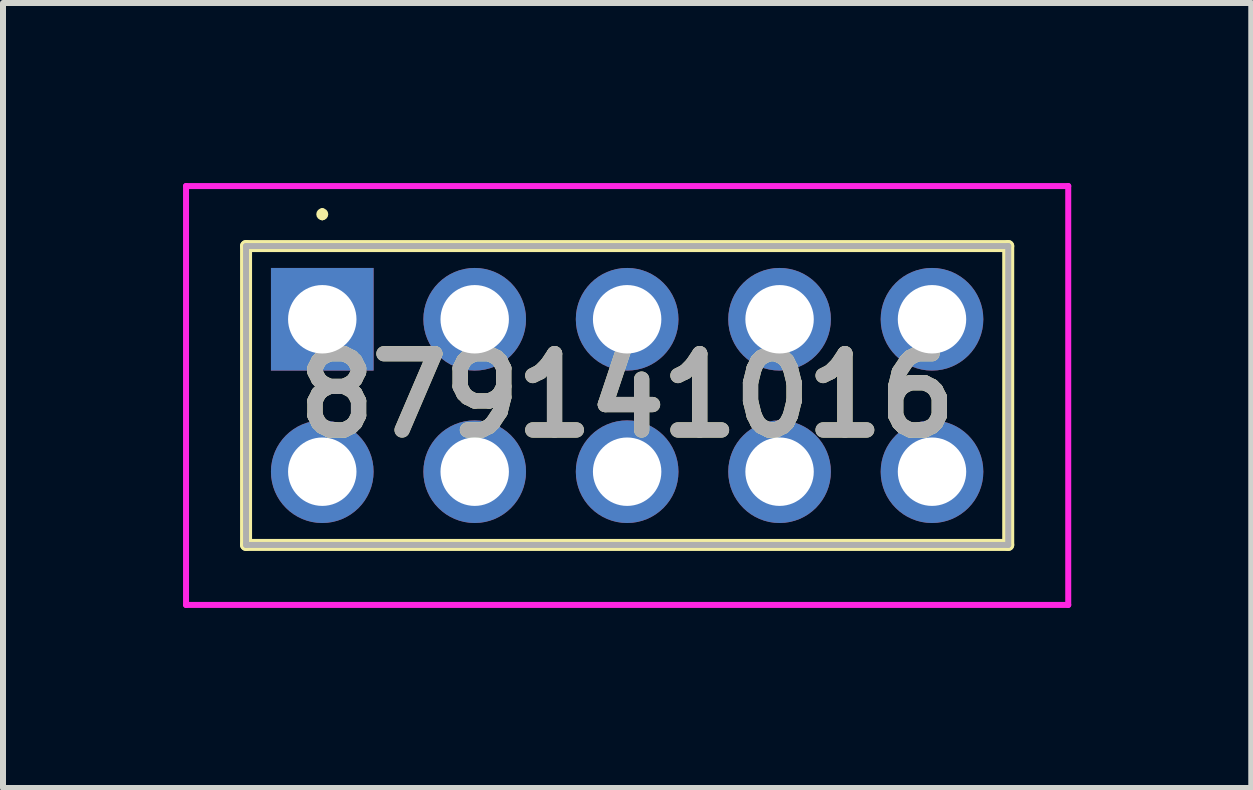
<source format=kicad_pcb>
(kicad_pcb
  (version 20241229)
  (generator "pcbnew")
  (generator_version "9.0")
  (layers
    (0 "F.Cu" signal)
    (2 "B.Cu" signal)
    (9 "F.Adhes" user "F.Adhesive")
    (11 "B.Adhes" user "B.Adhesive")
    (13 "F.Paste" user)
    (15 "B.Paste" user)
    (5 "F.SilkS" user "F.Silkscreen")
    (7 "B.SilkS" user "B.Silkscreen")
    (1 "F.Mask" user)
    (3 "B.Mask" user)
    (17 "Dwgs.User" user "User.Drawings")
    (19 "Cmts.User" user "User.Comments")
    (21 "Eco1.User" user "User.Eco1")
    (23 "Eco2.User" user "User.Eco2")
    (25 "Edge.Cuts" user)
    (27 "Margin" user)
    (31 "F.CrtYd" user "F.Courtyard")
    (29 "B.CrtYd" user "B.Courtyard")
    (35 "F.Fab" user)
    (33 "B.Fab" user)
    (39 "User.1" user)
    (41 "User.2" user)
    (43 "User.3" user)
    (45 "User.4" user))
  (footprint "879141016"
    (layer "F.Cu")
    (at 2.32 2.27)
    (property "Reference" "879141016" (at 5.08 1.27 0) (layer "F.SilkS") (effects (font (size 1.27 1.27) (thickness 0.254))))
    (attr through_hole)
    (fp_line (start -1.27 -1.22) (end 11.43 -1.22) (stroke (width 0.2) (type solid)) (layer "F.SilkS"))
    (fp_line (start -1.27 3.76) (end -1.27 -1.22) (stroke (width 0.2) (type solid)) (layer "F.SilkS"))
    (fp_line (start 0 -1.8) (end 0 -1.8) (stroke (width 0.1) (type solid)) (layer "F.SilkS"))
    (fp_line (start 0 -1.7) (end 0 -1.7) (stroke (width 0.1) (type solid)) (layer "F.SilkS"))
    (fp_line (start 11.43 -1.22) (end 11.43 3.76) (stroke (width 0.2) (type solid)) (layer "F.SilkS"))
    (fp_line (start 11.43 3.76) (end -1.27 3.76) (stroke (width 0.2) (type solid)) (layer "F.SilkS"))
    (fp_arc (start 0 -1.8) (mid 0.05 -1.75) (end 0 -1.7) (stroke (width 0.1) (type solid)) (layer "F.SilkS"))
    (fp_arc (start 0 -1.7) (mid -0.05 -1.75) (end 0 -1.8) (stroke (width 0.1) (type solid)) (layer "F.SilkS"))
    (fp_line (start -2.27 -2.22) (end 12.43 -2.22) (stroke (width 0.1) (type solid)) (layer "F.CrtYd"))
    (fp_line (start -2.27 4.76) (end -2.27 -2.22) (stroke (width 0.1) (type solid)) (layer "F.CrtYd"))
    (fp_line (start 12.43 -2.22) (end 12.43 4.76) (stroke (width 0.1) (type solid)) (layer "F.CrtYd"))
    (fp_line (start 12.43 4.76) (end -2.27 4.76) (stroke (width 0.1) (type solid)) (layer "F.CrtYd"))
    (fp_line (start -1.27 -1.22) (end 11.43 -1.22) (stroke (width 0.1) (type solid)) (layer "F.Fab"))
    (fp_line (start -1.27 3.76) (end -1.27 -1.22) (stroke (width 0.1) (type solid)) (layer "F.Fab"))
    (fp_line (start 11.43 -1.22) (end 11.43 3.76) (stroke (width 0.1) (type solid)) (layer "F.Fab"))
    (fp_line (start 11.43 3.76) (end -1.27 3.76) (stroke (width 0.1) (type solid)) (layer "F.Fab"))
    (fp_text user "${REFERENCE}" (at 5.08 1.27 0) (layer "F.Fab") (effects (font (size 1.27 1.27) (thickness 0.254))))
    (pad "1" thru_hole rect (at 0 0) (size 1.71 1.71) (drill 1.14) (layers "*.Cu" "*.Mask"))
    (pad "2" thru_hole circle (at 0 2.54) (size 1.71 1.71) (drill 1.14) (layers "*.Cu" "*.Mask"))
    (pad "3" thru_hole circle (at 2.54 0) (size 1.71 1.71) (drill 1.14) (layers "*.Cu" "*.Mask"))
    (pad "4" thru_hole circle (at 2.54 2.54) (size 1.71 1.71) (drill 1.14) (layers "*.Cu" "*.Mask"))
    (pad "5" thru_hole circle (at 5.08 0) (size 1.71 1.71) (drill 1.14) (layers "*.Cu" "*.Mask"))
    (pad "6" thru_hole circle (at 5.08 2.54) (size 1.71 1.71) (drill 1.14) (layers "*.Cu" "*.Mask"))
    (pad "7" thru_hole circle (at 7.62 0) (size 1.71 1.71) (drill 1.14) (layers "*.Cu" "*.Mask"))
    (pad "8" thru_hole circle (at 7.62 2.54) (size 1.71 1.71) (drill 1.14) (layers "*.Cu" "*.Mask"))
    (pad "9" thru_hole circle (at 10.16 0) (size 1.71 1.71) (drill 1.14) (layers "*.Cu" "*.Mask"))
    (pad "10" thru_hole circle (at 10.16 2.54) (size 1.71 1.71) (drill 1.14) (layers "*.Cu" "*.Mask")))
  (gr_rect
    (start -3 -3)
    (end 17.8 10.08)
    (stroke (width 0.1) (type default))
    (fill no)
    (layer "Edge.Cuts")))
</source>
